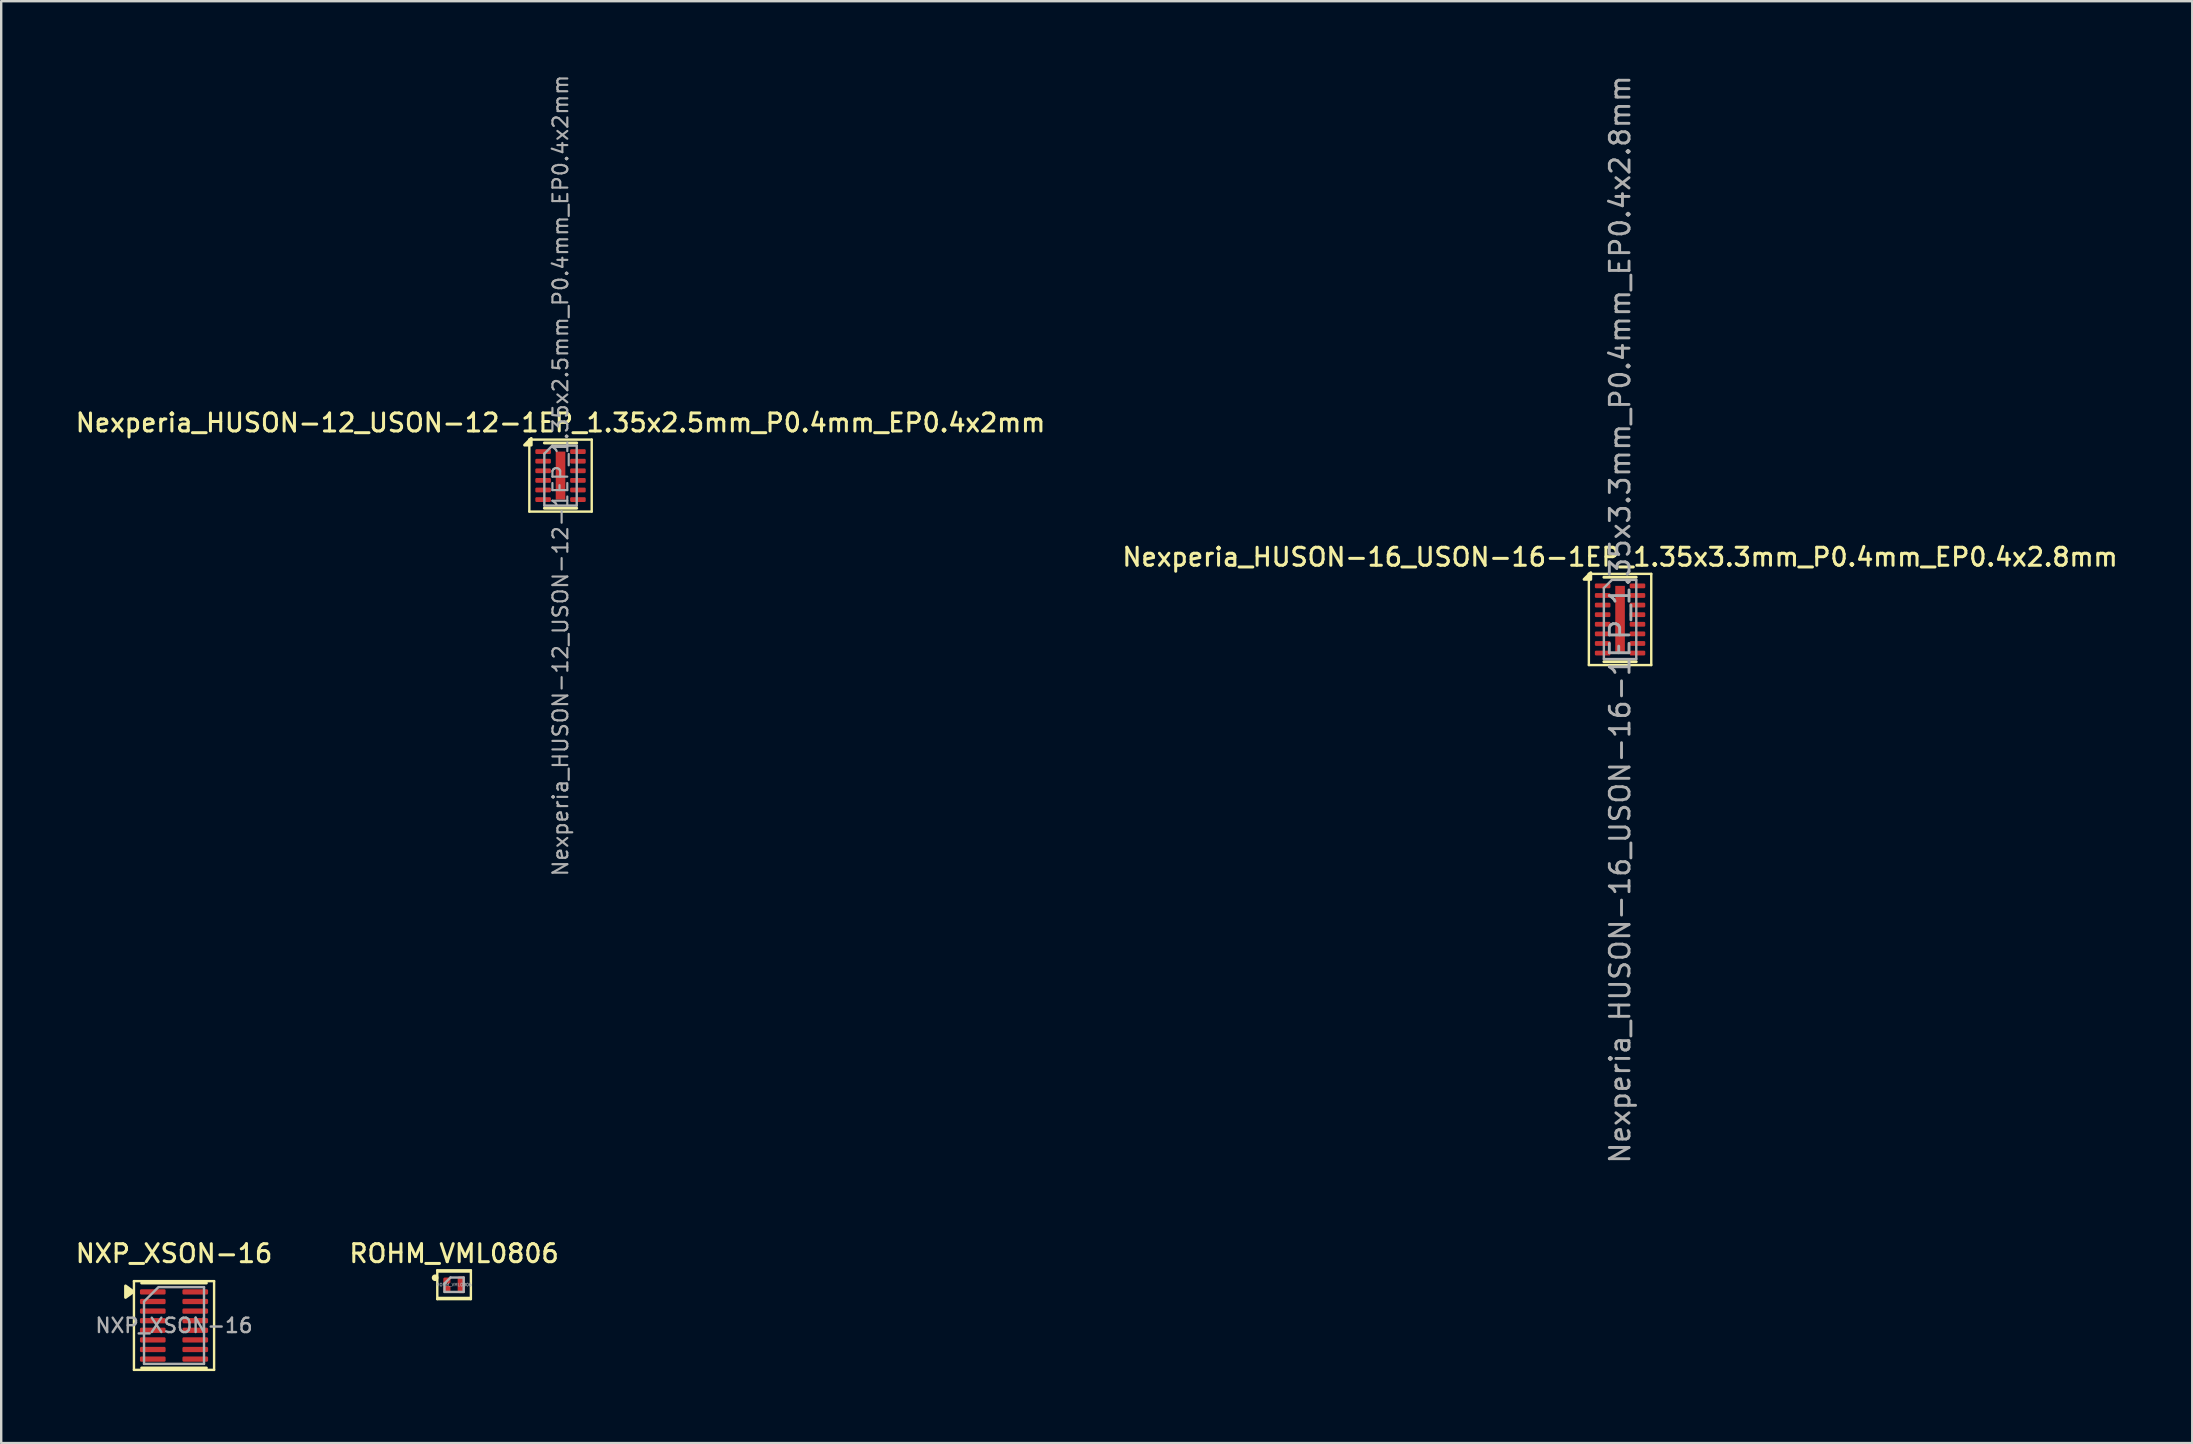
<source format=kicad_pcb>
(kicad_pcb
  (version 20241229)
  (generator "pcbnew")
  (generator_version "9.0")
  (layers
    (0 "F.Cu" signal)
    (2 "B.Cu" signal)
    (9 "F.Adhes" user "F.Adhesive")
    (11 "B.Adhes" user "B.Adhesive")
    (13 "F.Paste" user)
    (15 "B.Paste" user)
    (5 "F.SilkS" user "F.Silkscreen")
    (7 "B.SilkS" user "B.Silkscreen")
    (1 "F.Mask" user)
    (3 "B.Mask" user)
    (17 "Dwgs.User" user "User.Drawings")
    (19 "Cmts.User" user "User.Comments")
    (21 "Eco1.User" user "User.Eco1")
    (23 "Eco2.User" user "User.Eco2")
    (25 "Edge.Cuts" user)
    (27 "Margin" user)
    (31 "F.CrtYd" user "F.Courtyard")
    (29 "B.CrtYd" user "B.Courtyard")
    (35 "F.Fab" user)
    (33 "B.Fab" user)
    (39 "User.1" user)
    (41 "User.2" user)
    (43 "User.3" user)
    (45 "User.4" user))
  (footprint "ROHM_VML0806"
    (layer "F.Cu")
    (at 15.873 50.488)
    (property "Reference" "ROHM_VML0806" (at 0 -1.3 0) (layer "F.SilkS") (effects (font (size 0.75 0.75) (thickness 0.125))))
    (attr smd)
    (fp_line (start -0.7 -0.6) (end 0.7 -0.6) (stroke (width 0.1) (type solid)) (layer "F.SilkS"))
    (fp_line (start -0.7 0.6) (end -0.7 -0.6) (stroke (width 0.1) (type solid)) (layer "F.SilkS"))
    (fp_line (start 0.66 -0.56) (end -0.66 -0.56) (stroke (width 0.12) (type solid)) (layer "F.SilkS"))
    (fp_line (start 0.66 0.56) (end -0.66 0.56) (stroke (width 0.12) (type solid)) (layer "F.SilkS"))
    (fp_line (start 0.7 -0.6) (end 0.7 0.6) (stroke (width 0.1) (type solid)) (layer "F.SilkS"))
    (fp_line (start 0.7 0.6) (end -0.7 0.6) (stroke (width 0.1) (type solid)) (layer "F.SilkS"))
    (fp_circle (center -0.79 -0.29) (end -0.65 -0.3) (stroke (width 0) (type solid)) (fill yes) (layer "F.SilkS"))
    (fp_line (start -0.4 0.3) (end -0.4 -0.05) (stroke (width 0.1) (type solid)) (layer "F.Fab"))
    (fp_line (start -0.15 -0.3) (end -0.4 -0.05) (stroke (width 0.1) (type solid)) (layer "F.Fab"))
    (fp_line (start -0.15 -0.3) (end 0.4 -0.3) (stroke (width 0.1) (type solid)) (layer "F.Fab"))
    (fp_line (start 0.4 -0.3) (end 0.4 0.3) (stroke (width 0.1) (type solid)) (layer "F.Fab"))
    (fp_line (start 0.4 0.3) (end -0.4 0.3) (stroke (width 0.1) (type solid)) (layer "F.Fab"))
    (fp_text user "${REFERENCE}" (at 0 0 0) (layer "F.Fab") (effects (font (size 0.127 0.127) (thickness 0.02))))
    (pad "1" smd roundrect (at -0.3 -0.175) (size 0.3 0.25) (layers "F.Cu" "F.Mask" "F.Paste") (roundrect_rratio 0.25))
    (pad "2" smd roundrect (at -0.3 0.175) (size 0.3 0.25) (layers "F.Cu" "F.Mask" "F.Paste") (roundrect_rratio 0.25))
    (pad "3" smd roundrect (at 0.3 0) (size 0.3 0.7) (layers "F.Cu" "F.Mask" "F.Paste") (roundrect_rratio 0.25)))
  (footprint "Nexperia_HUSON-16_USON-16-1EP_1.35x3.3mm_P0.4mm_EP0.4x2.8mm"
    (layer "F.Cu")
    (at 64.463 22.765)
    (property "Reference" "Nexperia_HUSON-16_USON-16-1EP_1.35x3.3mm_P0.4mm_EP0.4x2.8mm" (at 0 -2.6 0) (layer "F.SilkS") (effects (font (size 0.75 0.75) (thickness 0.125))))
    (attr smd)
    (fp_line (start -1.3 -1.9) (end -1.3 1.9) (stroke (width 0.1) (type solid)) (layer "F.SilkS"))
    (fp_line (start -1.3 1.9) (end 1.3 1.9) (stroke (width 0.1) (type solid)) (layer "F.SilkS"))
    (fp_line (start -0.675 -1.76) (end 0.675 -1.76) (stroke (width 0.12) (type solid)) (layer "F.SilkS"))
    (fp_line (start -0.675 1.76) (end 0.675 1.76) (stroke (width 0.12) (type solid)) (layer "F.SilkS"))
    (fp_line (start 1.3 -1.9) (end -1.3 -1.9) (stroke (width 0.1) (type solid)) (layer "F.SilkS"))
    (fp_line (start 1.3 1.9) (end 1.3 -1.9) (stroke (width 0.1) (type solid)) (layer "F.SilkS"))
    (fp_poly (pts (xy -1.22 -1.67) (xy -1.5 -1.67) (xy -1.22 -1.95) (xy -1.22 -1.67)) (stroke (width 0.12) (type solid)) (fill yes) (layer "F.SilkS"))
    (fp_line (start -0.675 -1.312) (end -0.338 -1.65) (stroke (width 0.1) (type solid)) (layer "F.Fab"))
    (fp_line (start -0.675 1.65) (end -0.675 -1.312) (stroke (width 0.1) (type solid)) (layer "F.Fab"))
    (fp_line (start -0.338 -1.65) (end 0.675 -1.65) (stroke (width 0.1) (type solid)) (layer "F.Fab"))
    (fp_line (start 0.675 -1.65) (end 0.675 1.65) (stroke (width 0.1) (type solid)) (layer "F.Fab"))
    (fp_line (start 0.675 1.65) (end -0.675 1.65) (stroke (width 0.1) (type solid)) (layer "F.Fab"))
    (fp_text user "${REFERENCE}" (at 0 0 90) (layer "F.Fab") (effects (font (size 0.82 0.82) (thickness 0.12))))
    (pad "" smd roundrect (at 0 0) (size 0.32 2.26) (layers "F.Paste") (roundrect_rratio 0.25))
    (pad "1" smd roundrect (at -0.725 -1.4) (size 0.65 0.2) (layers "F.Cu" "F.Mask" "F.Paste") (roundrect_rratio 0.25))
    (pad "2" smd roundrect (at -0.725 -1) (size 0.65 0.2) (layers "F.Cu" "F.Mask" "F.Paste") (roundrect_rratio 0.25))
    (pad "3" smd roundrect (at -0.725 -0.6) (size 0.65 0.2) (layers "F.Cu" "F.Mask" "F.Paste") (roundrect_rratio 0.25))
    (pad "4" smd roundrect (at -0.725 -0.2) (size 0.65 0.2) (layers "F.Cu" "F.Mask" "F.Paste") (roundrect_rratio 0.25))
    (pad "5" smd roundrect (at -0.725 0.2) (size 0.65 0.2) (layers "F.Cu" "F.Mask" "F.Paste") (roundrect_rratio 0.25))
    (pad "6" smd roundrect (at -0.725 0.6) (size 0.65 0.2) (layers "F.Cu" "F.Mask" "F.Paste") (roundrect_rratio 0.25))
    (pad "7" smd roundrect (at -0.725 1) (size 0.65 0.2) (layers "F.Cu" "F.Mask" "F.Paste") (roundrect_rratio 0.25))
    (pad "8" smd roundrect (at -0.725 1.4) (size 0.65 0.2) (layers "F.Cu" "F.Mask" "F.Paste") (roundrect_rratio 0.25))
    (pad "9" smd roundrect (at 0.725 1.4) (size 0.65 0.2) (layers "F.Cu" "F.Mask" "F.Paste") (roundrect_rratio 0.25))
    (pad "10" smd roundrect (at 0.725 1) (size 0.65 0.2) (layers "F.Cu" "F.Mask" "F.Paste") (roundrect_rratio 0.25))
    (pad "11" smd roundrect (at 0.725 0.6) (size 0.65 0.2) (layers "F.Cu" "F.Mask" "F.Paste") (roundrect_rratio 0.25))
    (pad "12" smd roundrect (at 0.725 0.2) (size 0.65 0.2) (layers "F.Cu" "F.Mask" "F.Paste") (roundrect_rratio 0.25))
    (pad "13" smd roundrect (at 0.725 -0.2) (size 0.65 0.2) (layers "F.Cu" "F.Mask" "F.Paste") (roundrect_rratio 0.25))
    (pad "14" smd roundrect (at 0.725 -0.6) (size 0.65 0.2) (layers "F.Cu" "F.Mask" "F.Paste") (roundrect_rratio 0.25))
    (pad "15" smd roundrect (at 0.725 -1) (size 0.65 0.2) (layers "F.Cu" "F.Mask" "F.Paste") (roundrect_rratio 0.25))
    (pad "16" smd roundrect (at 0.725 -1.4) (size 0.65 0.2) (layers "F.Cu" "F.Mask" "F.Paste") (roundrect_rratio 0.25))
    (pad "17" smd rect (at 0 0) (size 0.4 2.8) (property pad_prop_heatsink) (layers "F.Cu" "F.Mask")))
  (footprint "NXP_XSON-16"
    (layer "F.Cu")
    (at 4.202 52.188)
    (property "Reference" "NXP_XSON-16" (at 0 -3 0) (layer "F.SilkS") (effects (font (size 0.75 0.75) (thickness 0.125))))
    (attr smd)
    (fp_line (start -1.67 -1.85) (end -1.67 1.85) (stroke (width 0.1) (type solid)) (layer "F.SilkS"))
    (fp_line (start -1.67 -1.85) (end 1.67 -1.85) (stroke (width 0.1) (type solid)) (layer "F.SilkS"))
    (fp_line (start -1.35 -1.77) (end 1.35 -1.77) (stroke (width 0.12) (type solid)) (layer "F.SilkS"))
    (fp_line (start 1.35 1.77) (end -1.35 1.77) (stroke (width 0.12) (type solid)) (layer "F.SilkS"))
    (fp_line (start 1.67 1.85) (end -1.67 1.85) (stroke (width 0.1) (type solid)) (layer "F.SilkS"))
    (fp_line (start 1.67 1.85) (end 1.67 -1.85) (stroke (width 0.1) (type solid)) (layer "F.SilkS"))
    (fp_poly (pts (xy -1.69 -1.41) (xy -2.02 -1.17) (xy -2.02 -1.65) (xy -1.69 -1.41)) (stroke (width 0.12) (type solid)) (fill yes) (layer "F.SilkS"))
    (fp_line (start -1.25 -0.975) (end -1.25 1.6) (stroke (width 0.1) (type solid)) (layer "F.Fab"))
    (fp_line (start -1.25 1.6) (end 1.25 1.6) (stroke (width 0.1) (type solid)) (layer "F.Fab"))
    (fp_line (start -0.65 -1.6) (end -1.25 -1) (stroke (width 0.1) (type solid)) (layer "F.Fab"))
    (fp_line (start -0.625 -1.6) (end 1.25 -1.6) (stroke (width 0.1) (type solid)) (layer "F.Fab"))
    (fp_line (start 1.25 -1.6) (end 1.25 1.6) (stroke (width 0.1) (type solid)) (layer "F.Fab"))
    (fp_text user "${REFERENCE}" (at 0 0 0) (layer "F.Fab") (effects (font (size 0.6 0.6) (thickness 0.1))))
    (pad "1" smd roundrect (at -0.885 -1.4) (size 1.07 0.22) (layers "F.Cu" "F.Mask" "F.Paste") (roundrect_rratio 0.25))
    (pad "2" smd roundrect (at -0.885 -1) (size 1.07 0.22) (layers "F.Cu" "F.Mask" "F.Paste") (roundrect_rratio 0.25))
    (pad "3" smd roundrect (at -0.885 -0.6) (size 1.07 0.22) (layers "F.Cu" "F.Mask" "F.Paste") (roundrect_rratio 0.25))
    (pad "4" smd roundrect (at -0.885 -0.2) (size 1.07 0.22) (layers "F.Cu" "F.Mask" "F.Paste") (roundrect_rratio 0.25))
    (pad "5" smd roundrect (at -0.885 0.2) (size 1.07 0.22) (layers "F.Cu" "F.Mask" "F.Paste") (roundrect_rratio 0.25))
    (pad "6" smd roundrect (at -0.885 0.6) (size 1.07 0.22) (layers "F.Cu" "F.Mask" "F.Paste") (roundrect_rratio 0.25))
    (pad "7" smd roundrect (at -0.885 1) (size 1.07 0.22) (layers "F.Cu" "F.Mask" "F.Paste") (roundrect_rratio 0.25))
    (pad "8" smd roundrect (at -0.885 1.4) (size 1.07 0.22) (layers "F.Cu" "F.Mask" "F.Paste") (roundrect_rratio 0.25))
    (pad "9" smd roundrect (at 0.885 1.4) (size 1.07 0.22) (layers "F.Cu" "F.Mask" "F.Paste") (roundrect_rratio 0.25))
    (pad "10" smd roundrect (at 0.885 1) (size 1.07 0.22) (layers "F.Cu" "F.Mask" "F.Paste") (roundrect_rratio 0.25))
    (pad "11" smd roundrect (at 0.885 0.6) (size 1.07 0.22) (layers "F.Cu" "F.Mask" "F.Paste") (roundrect_rratio 0.25))
    (pad "12" smd roundrect (at 0.885 0.2) (size 1.07 0.22) (layers "F.Cu" "F.Mask" "F.Paste") (roundrect_rratio 0.25))
    (pad "13" smd roundrect (at 0.885 -0.2) (size 1.07 0.22) (layers "F.Cu" "F.Mask" "F.Paste") (roundrect_rratio 0.25))
    (pad "14" smd roundrect (at 0.885 -0.6) (size 1.07 0.22) (layers "F.Cu" "F.Mask" "F.Paste") (roundrect_rratio 0.25))
    (pad "15" smd roundrect (at 0.885 -1) (size 1.07 0.22) (layers "F.Cu" "F.Mask" "F.Paste") (roundrect_rratio 0.25))
    (pad "16" smd roundrect (at 0.885 -1.4) (size 1.07 0.22) (layers "F.Cu" "F.Mask" "F.Paste") (roundrect_rratio 0.25)))
  (footprint "Nexperia_HUSON-12_USON-12-1EP_1.35x2.5mm_P0.4mm_EP0.4x2mm"
    (layer "F.Cu")
    (at 20.309 16.769)
    (property "Reference" "Nexperia_HUSON-12_USON-12-1EP_1.35x2.5mm_P0.4mm_EP0.4x2mm" (at 0 -2.2 0) (layer "F.SilkS") (effects (font (size 0.75 0.75) (thickness 0.125))))
    (attr smd)
    (fp_line (start -1.3 -1.5) (end -1.3 1.5) (stroke (width 0.1) (type solid)) (layer "F.SilkS"))
    (fp_line (start -1.3 1.5) (end 1.3 1.5) (stroke (width 0.1) (type solid)) (layer "F.SilkS"))
    (fp_line (start -0.675 -1.36) (end 0.675 -1.36) (stroke (width 0.12) (type solid)) (layer "F.SilkS"))
    (fp_line (start -0.675 1.36) (end 0.675 1.36) (stroke (width 0.12) (type solid)) (layer "F.SilkS"))
    (fp_line (start 1.3 -1.5) (end -1.3 -1.5) (stroke (width 0.1) (type solid)) (layer "F.SilkS"))
    (fp_line (start 1.3 1.5) (end 1.3 -1.5) (stroke (width 0.1) (type solid)) (layer "F.SilkS"))
    (fp_poly (pts (xy -1.22 -1.27) (xy -1.5 -1.27) (xy -1.22 -1.55) (xy -1.22 -1.27)) (stroke (width 0.12) (type solid)) (fill yes) (layer "F.SilkS"))
    (fp_line (start -0.675 -0.912) (end -0.338 -1.25) (stroke (width 0.1) (type solid)) (layer "F.Fab"))
    (fp_line (start -0.675 1.25) (end -0.675 -0.912) (stroke (width 0.1) (type solid)) (layer "F.Fab"))
    (fp_line (start -0.338 -1.25) (end 0.675 -1.25) (stroke (width 0.1) (type solid)) (layer "F.Fab"))
    (fp_line (start 0.675 -1.25) (end 0.675 1.25) (stroke (width 0.1) (type solid)) (layer "F.Fab"))
    (fp_line (start 0.675 1.25) (end -0.675 1.25) (stroke (width 0.1) (type solid)) (layer "F.Fab"))
    (fp_text user "${REFERENCE}" (at 0 0 90) (layer "F.Fab") (effects (font (size 0.62 0.62) (thickness 0.09))))
    (pad "" smd roundrect (at 0 0) (size 0.32 1.61) (layers "F.Paste") (roundrect_rratio 0.25))
    (pad "1" smd roundrect (at -0.725 -1) (size 0.65 0.2) (layers "F.Cu" "F.Mask" "F.Paste") (roundrect_rratio 0.25))
    (pad "2" smd roundrect (at -0.725 -0.6) (size 0.65 0.2) (layers "F.Cu" "F.Mask" "F.Paste") (roundrect_rratio 0.25))
    (pad "3" smd roundrect (at -0.725 -0.2) (size 0.65 0.2) (layers "F.Cu" "F.Mask" "F.Paste") (roundrect_rratio 0.25))
    (pad "4" smd roundrect (at -0.725 0.2) (size 0.65 0.2) (layers "F.Cu" "F.Mask" "F.Paste") (roundrect_rratio 0.25))
    (pad "5" smd roundrect (at -0.725 0.6) (size 0.65 0.2) (layers "F.Cu" "F.Mask" "F.Paste") (roundrect_rratio 0.25))
    (pad "6" smd roundrect (at -0.725 1) (size 0.65 0.2) (layers "F.Cu" "F.Mask" "F.Paste") (roundrect_rratio 0.25))
    (pad "7" smd roundrect (at 0.725 1) (size 0.65 0.2) (layers "F.Cu" "F.Mask" "F.Paste") (roundrect_rratio 0.25))
    (pad "8" smd roundrect (at 0.725 0.6) (size 0.65 0.2) (layers "F.Cu" "F.Mask" "F.Paste") (roundrect_rratio 0.25))
    (pad "9" smd roundrect (at 0.725 0.2) (size 0.65 0.2) (layers "F.Cu" "F.Mask" "F.Paste") (roundrect_rratio 0.25))
    (pad "10" smd roundrect (at 0.725 -0.2) (size 0.65 0.2) (layers "F.Cu" "F.Mask" "F.Paste") (roundrect_rratio 0.25))
    (pad "11" smd roundrect (at 0.725 -0.6) (size 0.65 0.2) (layers "F.Cu" "F.Mask" "F.Paste") (roundrect_rratio 0.25))
    (pad "12" smd roundrect (at 0.725 -1) (size 0.65 0.2) (layers "F.Cu" "F.Mask" "F.Paste") (roundrect_rratio 0.25))
    (pad "13" smd rect (at 0 0) (size 0.4 2) (property pad_prop_heatsink) (layers "F.Cu" "F.Mask")))
  (gr_rect
    (start -3 -3)
    (end 88.307 57.088)
    (stroke (width 0.1) (type default))
    (fill no)
    (layer "Edge.Cuts")))
</source>
